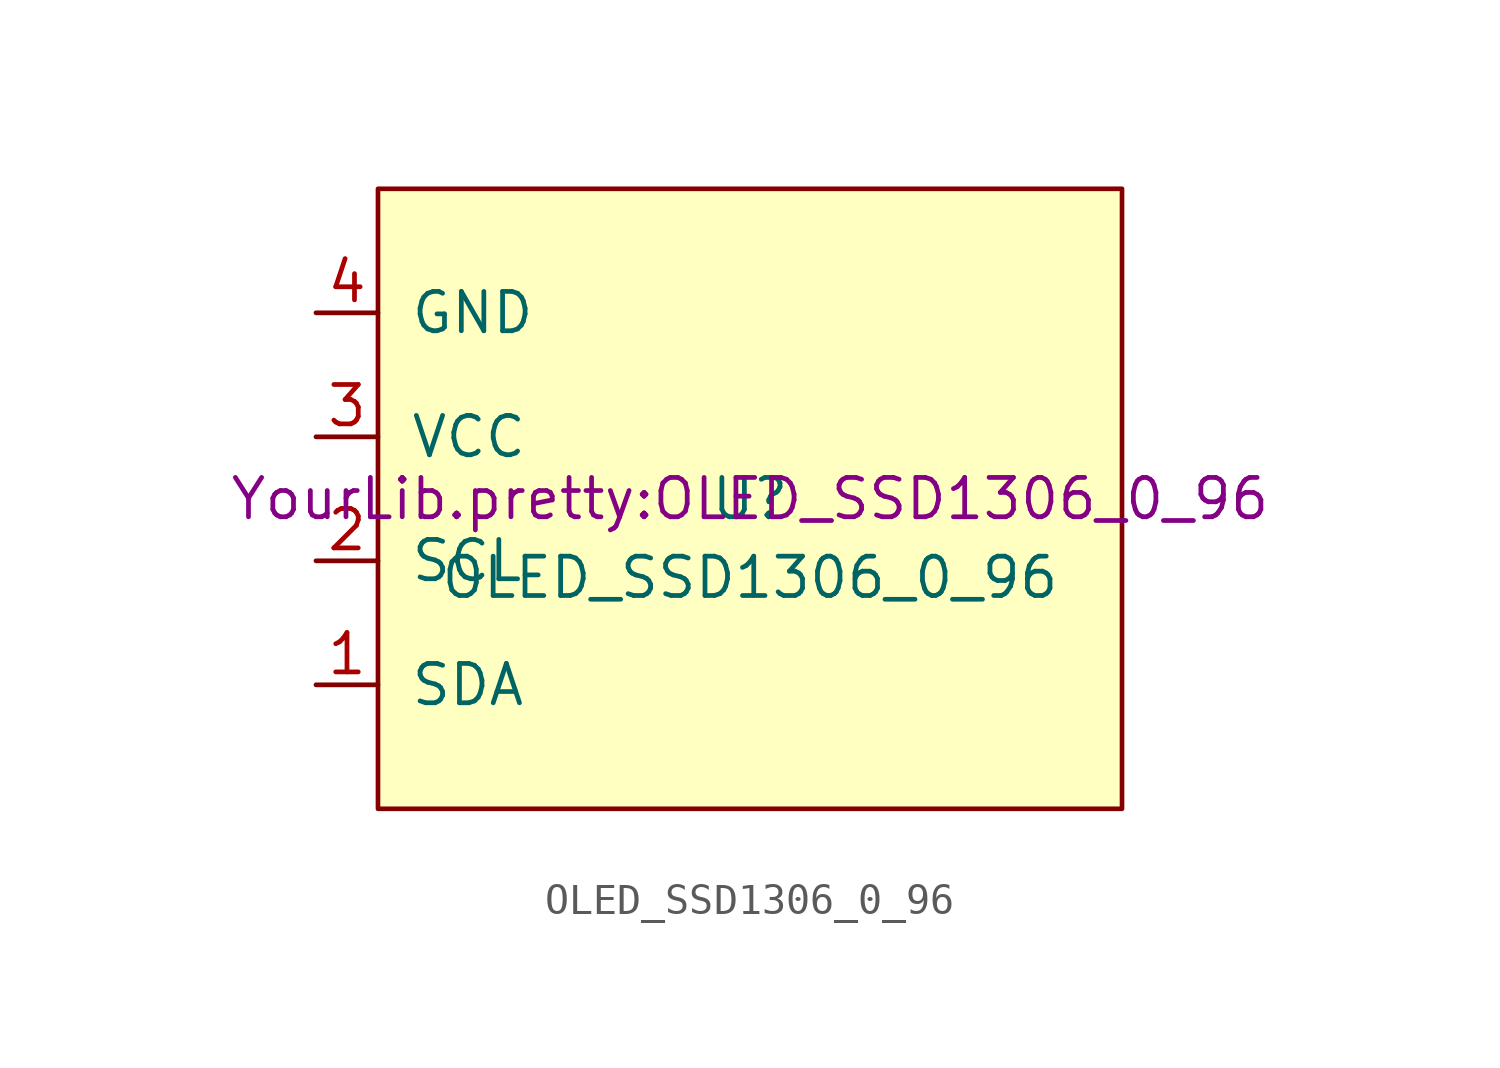
<source format=kicad_sym>
(kicad_symbol_lib
  (version 20211014)
  (generator pcbnew)
  (symbol "OLED_SSD1306_0_96"
    (pin_names
      (offset 1.016))
    (property "Reference" "U"
      (at 0 0 0)
      (effects (font (size 1.27 1.27))))
    (property "Value" "OLED_SSD1306_0_96"
      (at 0 -2.54 0)
      (effects (font (size 1.27 1.27))))
    (property "Footprint" "YourLib.pretty:OLED_SSD1306_0_96")
    (rectangle
      (start -12 10)
      (end 12 -10)
      (stroke (width 0.15))
      (fill (type background)))
    (pin power_in line
      (at -14 6 0)
      (length 2)
      (name "GND")
      (number "4"))
    (pin power_in line
      (at -14 2 0)
      (length 2)
      (name "VCC")
      (number "3"))
    (pin bidirectional line
      (at -14 -2 0)
      (length 2)
      (name "SCL")
      (number "2"))
    (pin bidirectional line
      (at -14 -6 0)
      (length 2)
      (name "SDA")
      (number "1"))))
</source>
